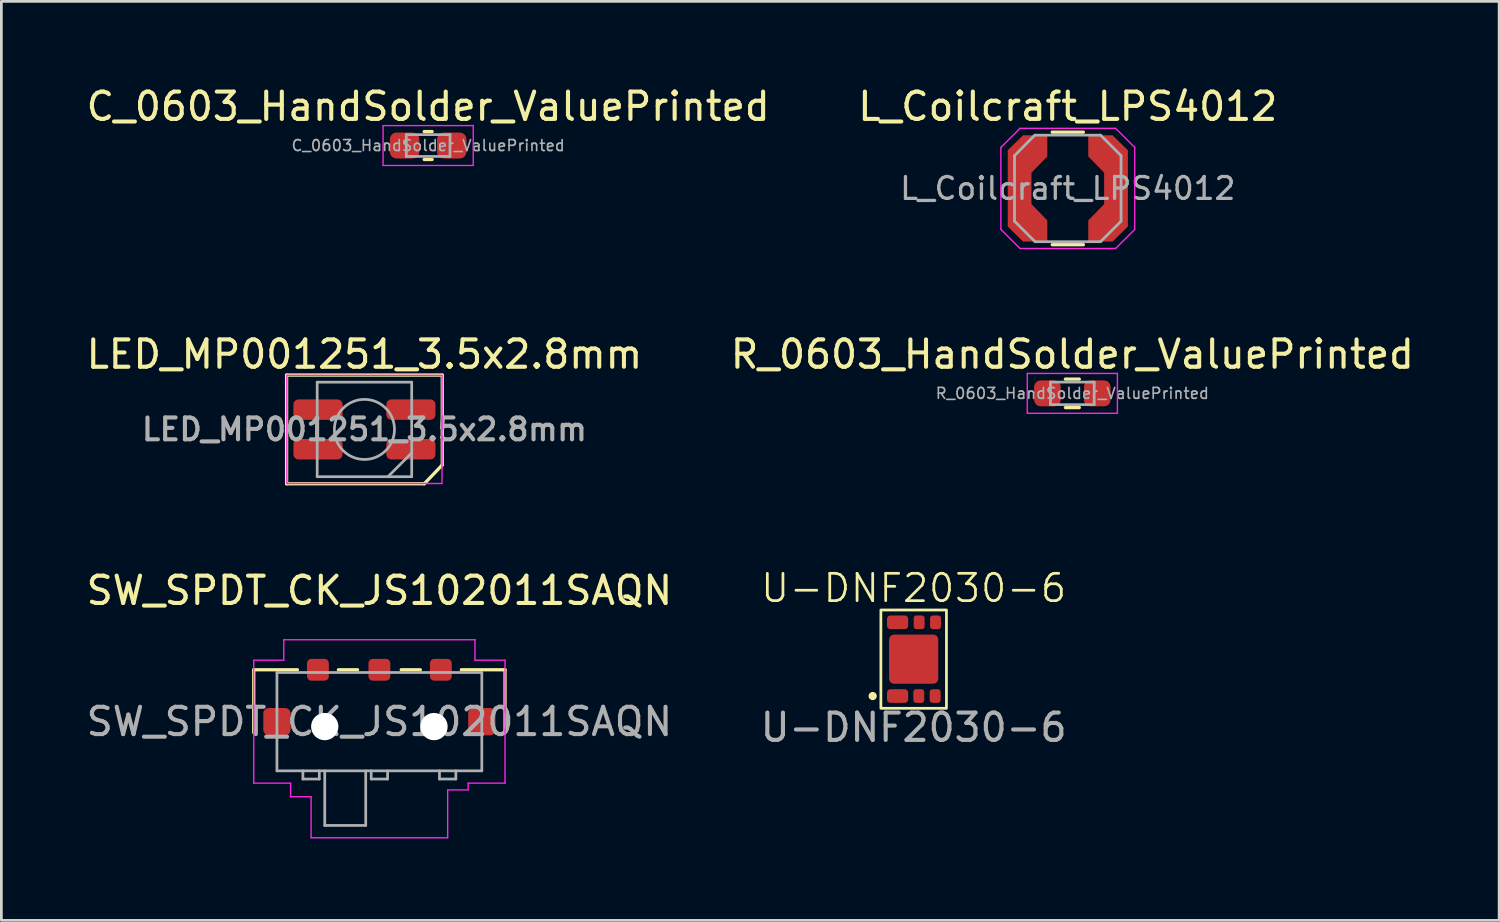
<source format=kicad_pcb>
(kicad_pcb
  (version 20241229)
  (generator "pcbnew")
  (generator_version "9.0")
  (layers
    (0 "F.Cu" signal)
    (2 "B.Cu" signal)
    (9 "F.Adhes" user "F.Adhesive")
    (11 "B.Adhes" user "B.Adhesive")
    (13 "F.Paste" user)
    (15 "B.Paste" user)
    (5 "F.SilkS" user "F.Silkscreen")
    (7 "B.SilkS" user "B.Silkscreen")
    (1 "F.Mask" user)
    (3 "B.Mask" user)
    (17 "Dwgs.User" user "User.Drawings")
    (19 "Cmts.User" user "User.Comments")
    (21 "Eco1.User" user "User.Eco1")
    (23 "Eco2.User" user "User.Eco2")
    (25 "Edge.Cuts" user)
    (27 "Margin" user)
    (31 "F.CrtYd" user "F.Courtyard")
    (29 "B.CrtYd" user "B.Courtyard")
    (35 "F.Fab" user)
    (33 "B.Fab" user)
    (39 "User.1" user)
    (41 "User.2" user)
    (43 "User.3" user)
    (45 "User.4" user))
  (footprint "C_0603_HandSolder_ValuePrinted"
    (layer "F.Cu")
    (at 12.625 2.278)
    (property "Reference" "C_0603_HandSolder_ValuePrinted" (at 0 -1.43 0) (layer "F.SilkS") (effects (font (size 1 1) (thickness 0.15))))
    (attr smd)
    (fp_line (start -0.146 -0.51) (end 0.146 -0.51) (stroke (width 0.12) (type solid)) (layer "F.SilkS"))
    (fp_line (start -0.146 0.51) (end 0.146 0.51) (stroke (width 0.12) (type solid)) (layer "F.SilkS"))
    (fp_line (start -1.65 -0.73) (end 1.65 -0.73) (stroke (width 0.05) (type solid)) (layer "F.CrtYd"))
    (fp_line (start -1.65 0.73) (end -1.65 -0.73) (stroke (width 0.05) (type solid)) (layer "F.CrtYd"))
    (fp_line (start 1.65 -0.73) (end 1.65 0.73) (stroke (width 0.05) (type solid)) (layer "F.CrtYd"))
    (fp_line (start 1.65 0.73) (end -1.65 0.73) (stroke (width 0.05) (type solid)) (layer "F.CrtYd"))
    (fp_line (start -0.8 -0.4) (end 0.8 -0.4) (stroke (width 0.1) (type solid)) (layer "F.Fab"))
    (fp_line (start -0.8 0.4) (end -0.8 -0.4) (stroke (width 0.1) (type solid)) (layer "F.Fab"))
    (fp_line (start 0.8 -0.4) (end 0.8 0.4) (stroke (width 0.1) (type solid)) (layer "F.Fab"))
    (fp_line (start 0.8 0.4) (end -0.8 0.4) (stroke (width 0.1) (type solid)) (layer "F.Fab"))
    (fp_text user "${REFERENCE}" (at 0 0 0) (layer "F.Fab") (effects (font (size 0.4 0.4) (thickness 0.06))))
    (pad "1" smd roundrect (at -0.863 0) (size 1.075 0.95) (layers "F.Cu" "F.Mask" "F.Paste") (roundrect_rratio 0.25))
    (pad "2" smd roundrect (at 0.863 0) (size 1.075 0.95) (layers "F.Cu" "F.Mask" "F.Paste") (roundrect_rratio 0.25)))
  (footprint "L_Coilcraft_LPS4012"
    (layer "F.Cu")
    (at 36.042 3.848)
    (property "Reference" "L_Coilcraft_LPS4012" (at 0 -3 0) (layer "F.SilkS") (effects (font (size 1 1) (thickness 0.15))))
    (attr smd)
    (fp_line (start -0.57 -2.06) (end 0.57 -2.06) (stroke (width 0.12) (type solid)) (layer "F.SilkS"))
    (fp_line (start -0.57 2.06) (end 0.57 2.06) (stroke (width 0.12) (type solid)) (layer "F.SilkS"))
    (fp_line (start -2.45 -1.5) (end -2.45 1.5) (stroke (width 0.05) (type solid)) (layer "F.CrtYd"))
    (fp_line (start -1.75 -2.2) (end -2.45 -1.5) (stroke (width 0.05) (type solid)) (layer "F.CrtYd"))
    (fp_line (start -1.75 -2.2) (end 1.75 -2.2) (stroke (width 0.05) (type solid)) (layer "F.CrtYd"))
    (fp_line (start -1.75 2.2) (end -2.45 1.5) (stroke (width 0.05) (type solid)) (layer "F.CrtYd"))
    (fp_line (start -1.75 2.2) (end 1.75 2.2) (stroke (width 0.05) (type solid)) (layer "F.CrtYd"))
    (fp_line (start 1.75 -2.2) (end 2.45 -1.5) (stroke (width 0.05) (type solid)) (layer "F.CrtYd"))
    (fp_line (start 1.75 2.2) (end 2.45 1.5) (stroke (width 0.05) (type solid)) (layer "F.CrtYd"))
    (fp_line (start 2.45 -1.5) (end 2.45 1.5) (stroke (width 0.05) (type solid)) (layer "F.CrtYd"))
    (fp_line (start -1.95 -1.2) (end -1.21 -1.95) (stroke (width 0.1) (type solid)) (layer "F.Fab"))
    (fp_line (start -1.95 1.2) (end -1.95 -1.2) (stroke (width 0.1) (type solid)) (layer "F.Fab"))
    (fp_line (start -1.95 1.2) (end -1.2 1.95) (stroke (width 0.1) (type solid)) (layer "F.Fab"))
    (fp_line (start -1.2 -1.95) (end 1.2 -1.95) (stroke (width 0.1) (type solid)) (layer "F.Fab"))
    (fp_line (start 1.2 -1.95) (end 1.95 -1.2) (stroke (width 0.1) (type solid)) (layer "F.Fab"))
    (fp_line (start 1.2 1.95) (end -1.2 1.95) (stroke (width 0.1) (type solid)) (layer "F.Fab"))
    (fp_line (start 1.2 1.95) (end 1.95 1.2) (stroke (width 0.1) (type solid)) (layer "F.Fab"))
    (fp_line (start 1.95 -1.2) (end 1.95 1.2) (stroke (width 0.1) (type solid)) (layer "F.Fab"))
    (fp_text user "${REFERENCE}" (at 0 0 0) (layer "F.Fab") (effects (font (size 0.8 0.8) (thickness 0.12))))
    (pad "1" smd custom (at -1.765 0) (size 0.87 2.79) (layers "F.Cu" "F.Mask" "F.Paste") (options (anchor rect)) (primitives (gr_poly (pts (xy 1.015 -1.17) (xy 0.435 -0.575) (xy 0.435 0.575) (xy 1.015 1.17) (xy 1.015 1.945) (xy 0.125 1.945) (xy -0.435 1.395) (xy -0.435 -1.395) (xy 0.125 -1.945) (xy 1.015 -1.945)) (width 0) (fill yes))))
    (pad "2" smd custom (at 1.765 0) (size 0.87 2.79) (layers "F.Cu" "F.Mask" "F.Paste") (options (anchor rect)) (primitives (gr_poly (pts (xy 0.435 -1.395) (xy 0.435 1.395) (xy -0.125 1.945) (xy -1.015 1.945) (xy -1.015 1.17) (xy -0.435 0.575) (xy -0.435 -0.575) (xy -1.015 -1.17) (xy -1.015 -1.945) (xy -0.125 -1.945)) (width 0) (fill yes)))))
  (footprint "R_0603_HandSolder_ValuePrinted"
    (layer "F.Cu")
    (at 36.208 11.351)
    (property "Reference" "R_0603_HandSolder_ValuePrinted" (at 0 -1.43 0) (layer "F.SilkS") (effects (font (size 1 1) (thickness 0.15))))
    (attr smd)
    (fp_line (start -0.255 -0.522) (end 0.255 -0.522) (stroke (width 0.12) (type solid)) (layer "F.SilkS"))
    (fp_line (start -0.255 0.522) (end 0.255 0.522) (stroke (width 0.12) (type solid)) (layer "F.SilkS"))
    (fp_line (start -1.65 -0.73) (end 1.65 -0.73) (stroke (width 0.05) (type solid)) (layer "F.CrtYd"))
    (fp_line (start -1.65 0.73) (end -1.65 -0.73) (stroke (width 0.05) (type solid)) (layer "F.CrtYd"))
    (fp_line (start 1.65 -0.73) (end 1.65 0.73) (stroke (width 0.05) (type solid)) (layer "F.CrtYd"))
    (fp_line (start 1.65 0.73) (end -1.65 0.73) (stroke (width 0.05) (type solid)) (layer "F.CrtYd"))
    (fp_line (start -0.8 -0.412) (end 0.8 -0.412) (stroke (width 0.1) (type solid)) (layer "F.Fab"))
    (fp_line (start -0.8 0.412) (end -0.8 -0.412) (stroke (width 0.1) (type solid)) (layer "F.Fab"))
    (fp_line (start 0.8 -0.412) (end 0.8 0.412) (stroke (width 0.1) (type solid)) (layer "F.Fab"))
    (fp_line (start 0.8 0.412) (end -0.8 0.412) (stroke (width 0.1) (type solid)) (layer "F.Fab"))
    (fp_text user "${REFERENCE}" (at 0 0 0) (layer "F.Fab") (effects (font (size 0.4 0.4) (thickness 0.06))))
    (pad "1" smd roundrect (at -0.912 0) (size 0.975 0.95) (layers "F.Cu" "F.Mask" "F.Paste") (roundrect_rratio 0.25))
    (pad "2" smd roundrect (at 0.912 0) (size 0.975 0.95) (layers "F.Cu" "F.Mask" "F.Paste") (roundrect_rratio 0.25)))
  (footprint "U-DNF2030-6"
    (layer "F.Cu")
    (at 30.399 21.082)
    (property "Reference" "U-DNF2030-6" (at 0 -2.6 0) (unlocked yes) (layer "F.SilkS") (effects (font (size 1 1) (thickness 0.1))))
    (attr smd)
    (fp_rect (start -1.2 -1.8) (end 1.2 1.8) (stroke (width 0.1) (type default)) (fill no) (layer "F.SilkS"))
    (fp_circle (center -1.5 1.35) (end -1.4 1.35) (stroke (width 0.1) (type default)) (fill yes) (layer "F.SilkS"))
    (fp_text user "${REFERENCE}" (at 0 2.5 0) (unlocked yes) (layer "F.Fab") (effects (font (size 1 1) (thickness 0.15))))
    (pad "1" smd roundrect (at -0.588 1.35) (size 0.775 0.5) (layers "F.Cu" "F.Mask" "F.Paste") (roundrect_rratio 0.25))
    (pad "2" smd roundrect (at 0.188 1.35) (size 0.4 0.5) (layers "F.Cu" "F.Mask" "F.Paste") (roundrect_rratio 0.25))
    (pad "3" smd roundrect (at 0.787 1.35) (size 0.4 0.5) (layers "F.Cu" "F.Mask" "F.Paste") (roundrect_rratio 0.25))
    (pad "4" smd roundrect (at 0.8 -1.35) (size 0.4 0.5) (layers "F.Cu" "F.Mask" "F.Paste") (roundrect_rratio 0.25))
    (pad "5" smd roundrect (at 0.2 -1.35) (size 0.4 0.5) (layers "F.Cu" "F.Mask" "F.Paste") (roundrect_rratio 0.25))
    (pad "6" smd roundrect (at -0.588 -1.35) (size 0.775 0.5) (layers "F.Cu" "F.Mask" "F.Paste") (roundrect_rratio 0.25))
    (pad "7" smd roundrect (at 0 0) (size 1.8 1.8) (layers "F.Cu" "F.Mask" "F.Paste") (roundrect_rratio 0.1)))
  (footprint "LED_MP001251_3.5x2.8mm"
    (layer "F.Cu")
    (at 10.292 12.671)
    (property "Reference" "LED_MP001251_3.5x2.8mm" (at 0 -2.75 0) (layer "F.SilkS") (effects (font (size 1 1) (thickness 0.15))))
    (attr smd)
    (fp_line (start -2.85 -1.99) (end -2.85 1.99) (stroke (width 0.12) (type default)) (layer "F.SilkS"))
    (fp_line (start -2.85 -1.99) (end 2.85 -1.99) (stroke (width 0.12) (type solid)) (layer "F.SilkS"))
    (fp_line (start -2.85 1.99) (end 2.19 1.99) (stroke (width 0.12) (type solid)) (layer "F.SilkS"))
    (fp_line (start 2.85 1.3) (end 2.19 1.99) (stroke (width 0.12) (type default)) (layer "F.SilkS"))
    (fp_line (start 2.85 1.3) (end 2.85 -1.99) (stroke (width 0.12) (type solid)) (layer "F.SilkS"))
    (fp_line (start -2.84 -1.98) (end -2.84 1.98) (stroke (width 0.05) (type solid)) (layer "F.CrtYd"))
    (fp_line (start -2.84 1.98) (end 2.84 1.98) (stroke (width 0.05) (type solid)) (layer "F.CrtYd"))
    (fp_line (start 2.84 -1.98) (end -2.84 -1.98) (stroke (width 0.05) (type solid)) (layer "F.CrtYd"))
    (fp_line (start 2.84 1.98) (end 2.84 -1.98) (stroke (width 0.05) (type solid)) (layer "F.CrtYd"))
    (fp_line (start -1.73 -1.73) (end -1.73 1.73) (stroke (width 0.1) (type solid)) (layer "F.Fab"))
    (fp_line (start -1.73 1.73) (end 1.73 1.73) (stroke (width 0.1) (type solid)) (layer "F.Fab"))
    (fp_line (start 1.73 -1.73) (end -1.73 -1.73) (stroke (width 0.1) (type solid)) (layer "F.Fab"))
    (fp_line (start 1.73 0.86) (end 0.86 1.73) (stroke (width 0.1) (type solid)) (layer "F.Fab"))
    (fp_line (start 1.73 1.73) (end 1.73 -1.73) (stroke (width 0.1) (type solid)) (layer "F.Fab"))
    (fp_circle (center 0 0) (end 1.1 0) (stroke (width 0.1) (type solid)) (fill no) (layer "F.Fab"))
    (fp_text user "${REFERENCE}" (at 0 0 0) (layer "F.Fab") (effects (font (size 0.8 0.8) (thickness 0.15))))
    (pad "1" smd roundrect (at -1.7 -0.725) (size 1.8 0.75) (layers "F.Cu" "F.Mask" "F.Paste") (roundrect_rratio 0.25))
    (pad "2" smd roundrect (at -1.7 0.725) (size 1.8 0.75) (layers "F.Cu" "F.Mask" "F.Paste") (roundrect_rratio 0.25))
    (pad "3" smd roundrect (at 1.7 0.725) (size 1.8 0.75) (layers "F.Cu" "F.Mask" "F.Paste") (roundrect_rratio 0.25))
    (pad "4" smd roundrect (at 1.7 -0.725) (size 1.8 0.75) (layers "F.Cu" "F.Mask" "F.Paste") (roundrect_rratio 0.25)))
  (footprint "SW_SPDT_CK_JS102011SAQN"
    (layer "F.Cu")
    (at 10.839 23.37)
    (property "Reference" "SW_SPDT_CK_JS102011SAQN" (at 0 -4.8 0) (layer "F.SilkS") (effects (font (size 1 1) (thickness 0.15))))
    (attr smd)
    (fp_line (start -4.6 -1.9) (end -3 -1.9) (stroke (width 0.12) (type solid)) (layer "F.SilkS"))
    (fp_line (start -4.6 0.4) (end -4.6 -1.9) (stroke (width 0.12) (type solid)) (layer "F.SilkS"))
    (fp_line (start -0.8 -1.9) (end -1.5 -1.9) (stroke (width 0.12) (type solid)) (layer "F.SilkS"))
    (fp_line (start 1.5 -1.9) (end 0.8 -1.9) (stroke (width 0.12) (type solid)) (layer "F.SilkS"))
    (fp_line (start 3 -1.9) (end 4.6 -1.9) (stroke (width 0.12) (type solid)) (layer "F.SilkS"))
    (fp_line (start 4.6 -1.9) (end 4.6 0.4) (stroke (width 0.12) (type solid)) (layer "F.SilkS"))
    (fp_line (start -4.6 -2.25) (end -4.6 2.25) (stroke (width 0.05) (type solid)) (layer "F.CrtYd"))
    (fp_line (start -4.6 2.25) (end -3.25 2.25) (stroke (width 0.05) (type solid)) (layer "F.CrtYd"))
    (fp_line (start -3.5 -3) (end -3.5 -2.25) (stroke (width 0.05) (type solid)) (layer "F.CrtYd"))
    (fp_line (start -3.5 -2.25) (end -4.6 -2.25) (stroke (width 0.05) (type solid)) (layer "F.CrtYd"))
    (fp_line (start -3.25 2.25) (end -3.25 2.75) (stroke (width 0.05) (type solid)) (layer "F.CrtYd"))
    (fp_line (start -3.25 2.75) (end -2.5 2.75) (stroke (width 0.05) (type solid)) (layer "F.CrtYd"))
    (fp_line (start -2.5 2.75) (end -2.5 4.25) (stroke (width 0.05) (type solid)) (layer "F.CrtYd"))
    (fp_line (start -2.5 4.25) (end 2.5 4.25) (stroke (width 0.05) (type solid)) (layer "F.CrtYd"))
    (fp_line (start 2.5 2.5) (end 3.25 2.5) (stroke (width 0.05) (type solid)) (layer "F.CrtYd"))
    (fp_line (start 2.5 4.25) (end 2.5 2.5) (stroke (width 0.05) (type solid)) (layer "F.CrtYd"))
    (fp_line (start 3.25 2.25) (end 4.6 2.25) (stroke (width 0.05) (type solid)) (layer "F.CrtYd"))
    (fp_line (start 3.25 2.5) (end 3.25 2.25) (stroke (width 0.05) (type solid)) (layer "F.CrtYd"))
    (fp_line (start 3.5 -3) (end -3.5 -3) (stroke (width 0.05) (type solid)) (layer "F.CrtYd"))
    (fp_line (start 3.5 -2.25) (end 3.5 -3) (stroke (width 0.05) (type solid)) (layer "F.CrtYd"))
    (fp_line (start 4.6 -2.25) (end 3.5 -2.25) (stroke (width 0.05) (type solid)) (layer "F.CrtYd"))
    (fp_line (start 4.6 2.25) (end 4.6 -2.25) (stroke (width 0.05) (type solid)) (layer "F.CrtYd"))
    (fp_line (start -3.75 -1.8) (end -3.75 1.8) (stroke (width 0.1) (type solid)) (layer "F.Fab"))
    (fp_line (start -3.75 -1.8) (end 3.75 -1.8) (stroke (width 0.1) (type solid)) (layer "F.Fab"))
    (fp_line (start -2.8 2.1) (end -2.8 1.8) (stroke (width 0.1) (type solid)) (layer "F.Fab"))
    (fp_line (start -2.2 1.8) (end -2.2 2.1) (stroke (width 0.1) (type solid)) (layer "F.Fab"))
    (fp_line (start -2.2 2.1) (end -2.8 2.1) (stroke (width 0.1) (type solid)) (layer "F.Fab"))
    (fp_line (start -2 3.8) (end -2 1.8) (stroke (width 0.1) (type solid)) (layer "F.Fab"))
    (fp_line (start -0.5 1.8) (end -0.5 3.8) (stroke (width 0.1) (type solid)) (layer "F.Fab"))
    (fp_line (start -0.5 3.8) (end -2 3.8) (stroke (width 0.1) (type solid)) (layer "F.Fab"))
    (fp_line (start -0.3 2.1) (end -0.3 1.8) (stroke (width 0.1) (type solid)) (layer "F.Fab"))
    (fp_line (start 0.3 1.8) (end 0.3 2.1) (stroke (width 0.1) (type solid)) (layer "F.Fab"))
    (fp_line (start 0.3 2.1) (end -0.3 2.1) (stroke (width 0.1) (type solid)) (layer "F.Fab"))
    (fp_line (start 2.2 1.8) (end 2.2 2.1) (stroke (width 0.1) (type solid)) (layer "F.Fab"))
    (fp_line (start 2.2 2.1) (end 2.8 2.1) (stroke (width 0.1) (type solid)) (layer "F.Fab"))
    (fp_line (start 2.8 2.1) (end 2.8 1.8) (stroke (width 0.1) (type solid)) (layer "F.Fab"))
    (fp_line (start 3.75 -1.8) (end 3.75 1.8) (stroke (width 0.1) (type solid)) (layer "F.Fab"))
    (fp_line (start 3.75 1.8) (end -3.75 1.8) (stroke (width 0.1) (type solid)) (layer "F.Fab"))
    (fp_text user "${REFERENCE}" (at 0 0 0) (layer "F.Fab") (effects (font (size 1 1) (thickness 0.15))))
    (pad "" np_thru_hole circle (at -2 0.18) (size 1 1) (drill 1) (layers "*.Cu" "*.Mask"))
    (pad "" np_thru_hole circle (at 2 0.18) (size 1 1) (drill 1) (layers "*.Cu" "*.Mask"))
    (pad "1" smd roundrect (at -2.25 -1.9) (size 0.8 0.8) (layers "F.Cu" "F.Mask" "F.Paste") (roundrect_rratio 0.2))
    (pad "2" smd roundrect (at 0 -1.9) (size 0.8 0.8) (layers "F.Cu" "F.Mask" "F.Paste") (roundrect_rratio 0.2))
    (pad "3" smd roundrect (at 2.25 -1.9) (size 0.8 0.8) (layers "F.Cu" "F.Mask" "F.Paste") (roundrect_rratio 0.2))
    (pad "4" smd roundrect (at -3.75 0) (size 1 1) (layers "F.Cu" "F.Mask" "F.Paste") (roundrect_rratio 0.2))
    (pad "4" smd roundrect (at 3.75 0) (size 1 1) (layers "F.Cu" "F.Mask" "F.Paste") (roundrect_rratio 0.2)))
  (gr_rect
    (start -3 -3)
    (end 51.833 30.645)
    (stroke (width 0.1) (type default))
    (fill no)
    (layer "Edge.Cuts")))
</source>
